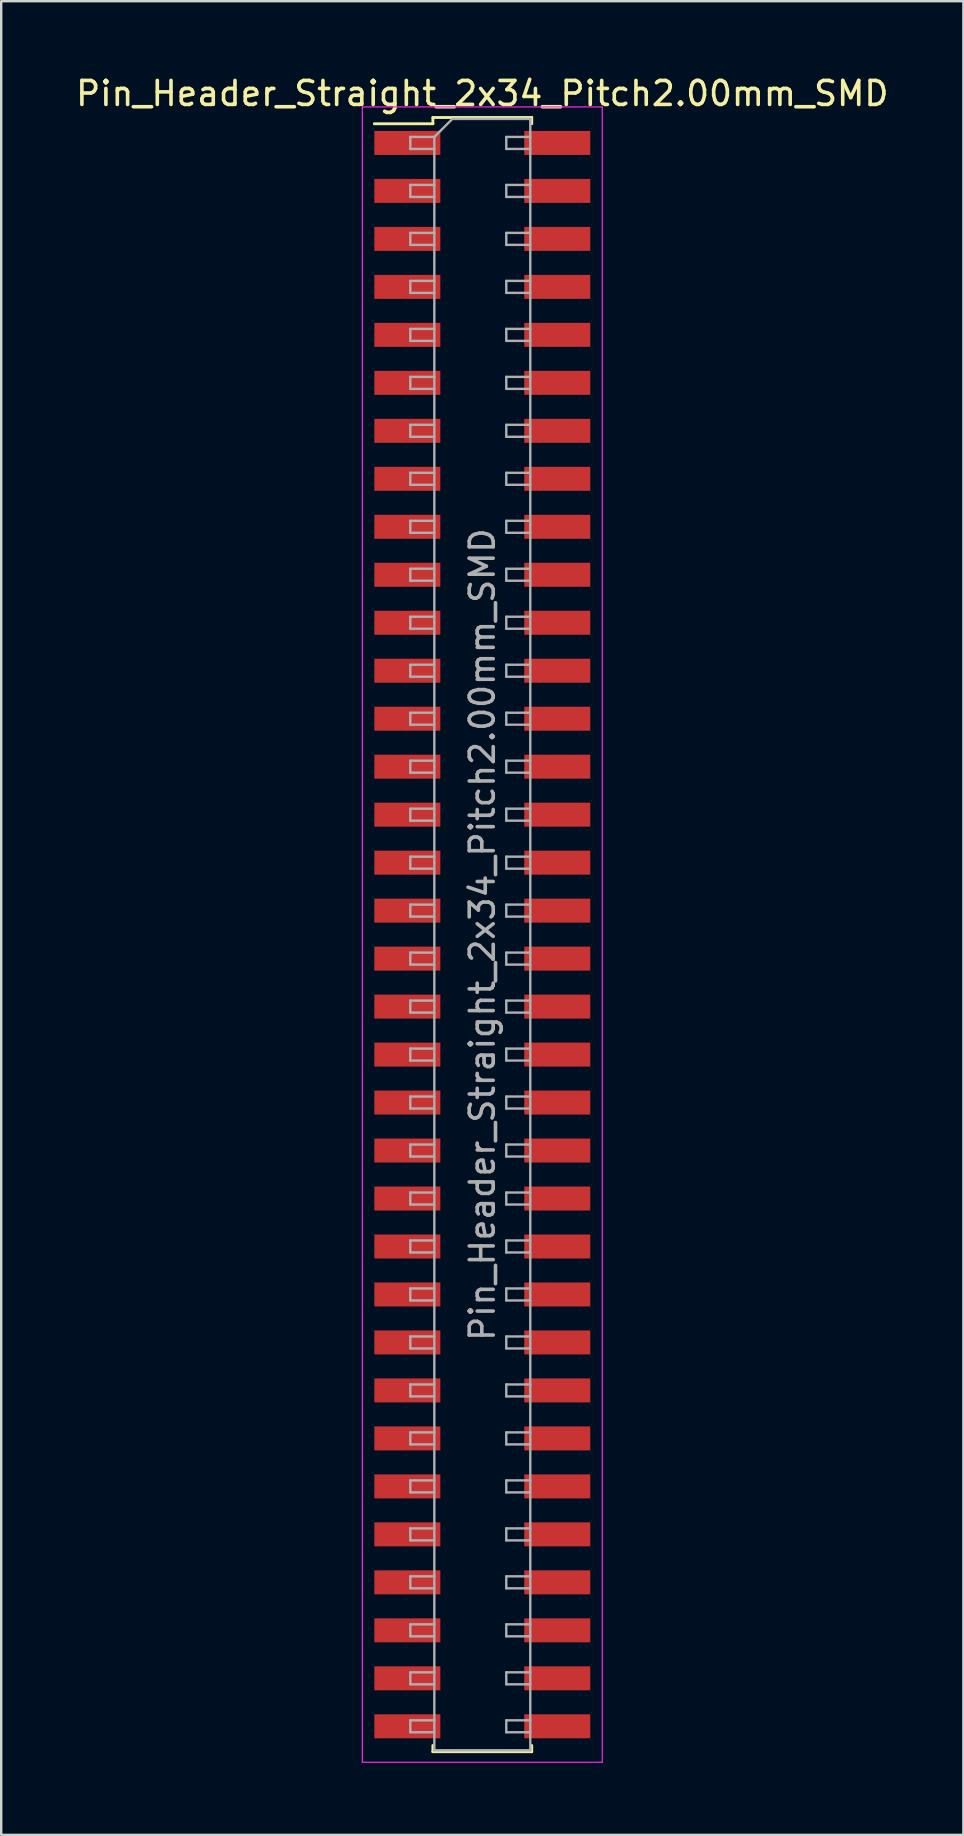
<source format=kicad_pcb>
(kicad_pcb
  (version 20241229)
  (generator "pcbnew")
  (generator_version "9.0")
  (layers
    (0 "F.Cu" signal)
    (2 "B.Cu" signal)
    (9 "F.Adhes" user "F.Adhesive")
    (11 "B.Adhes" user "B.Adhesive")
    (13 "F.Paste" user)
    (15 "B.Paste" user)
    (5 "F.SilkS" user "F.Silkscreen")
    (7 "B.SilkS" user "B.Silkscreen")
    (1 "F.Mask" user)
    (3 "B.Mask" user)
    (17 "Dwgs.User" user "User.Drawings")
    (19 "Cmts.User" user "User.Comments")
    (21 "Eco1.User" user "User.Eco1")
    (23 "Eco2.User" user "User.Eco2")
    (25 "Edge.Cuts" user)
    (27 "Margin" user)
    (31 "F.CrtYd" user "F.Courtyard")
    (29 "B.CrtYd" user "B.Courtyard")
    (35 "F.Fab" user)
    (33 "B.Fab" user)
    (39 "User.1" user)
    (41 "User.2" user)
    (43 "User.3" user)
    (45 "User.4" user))
  (footprint "Pin_Header_Straight_2x34_Pitch2.00mm_SMD"
    (layer "F.Cu")
    (at 17.054 35.908)
    (property "Reference" "Pin_Header_Straight_2x34_Pitch2.00mm_SMD" (at 0 -35.06 0) (layer "F.SilkS") (effects (font (size 1 1) (thickness 0.15))))
    (attr smd)
    (fp_line (start -4.5 -33.8) (end -2.06 -33.8) (stroke (width 0.12) (type solid)) (layer "F.SilkS"))
    (fp_line (start -2.06 -34.06) (end 2.06 -34.06) (stroke (width 0.12) (type solid)) (layer "F.SilkS"))
    (fp_line (start -2.06 -33.8) (end -2.06 -34.06) (stroke (width 0.12) (type solid)) (layer "F.SilkS"))
    (fp_line (start -2.06 33.8) (end -2.06 34.06) (stroke (width 0.12) (type solid)) (layer "F.SilkS"))
    (fp_line (start -2.06 34.06) (end 2.06 34.06) (stroke (width 0.12) (type solid)) (layer "F.SilkS"))
    (fp_line (start 2.06 -34.06) (end 2.06 -33.8) (stroke (width 0.12) (type solid)) (layer "F.SilkS"))
    (fp_line (start 2.06 34.06) (end 2.06 33.8) (stroke (width 0.12) (type solid)) (layer "F.SilkS"))
    (fp_line (start -5 -34.5) (end -5 34.5) (stroke (width 0.05) (type solid)) (layer "F.CrtYd"))
    (fp_line (start -5 34.5) (end 5 34.5) (stroke (width 0.05) (type solid)) (layer "F.CrtYd"))
    (fp_line (start 5 -34.5) (end -5 -34.5) (stroke (width 0.05) (type solid)) (layer "F.CrtYd"))
    (fp_line (start 5 34.5) (end 5 -34.5) (stroke (width 0.05) (type solid)) (layer "F.CrtYd"))
    (fp_line (start -3 -33.25) (end -3 -32.75) (stroke (width 0.1) (type solid)) (layer "F.Fab"))
    (fp_line (start -3 -32.75) (end -2 -32.75) (stroke (width 0.1) (type solid)) (layer "F.Fab"))
    (fp_line (start -3 -31.25) (end -3 -30.75) (stroke (width 0.1) (type solid)) (layer "F.Fab"))
    (fp_line (start -3 -30.75) (end -2 -30.75) (stroke (width 0.1) (type solid)) (layer "F.Fab"))
    (fp_line (start -3 -29.25) (end -3 -28.75) (stroke (width 0.1) (type solid)) (layer "F.Fab"))
    (fp_line (start -3 -28.75) (end -2 -28.75) (stroke (width 0.1) (type solid)) (layer "F.Fab"))
    (fp_line (start -3 -27.25) (end -3 -26.75) (stroke (width 0.1) (type solid)) (layer "F.Fab"))
    (fp_line (start -3 -26.75) (end -2 -26.75) (stroke (width 0.1) (type solid)) (layer "F.Fab"))
    (fp_line (start -3 -25.25) (end -3 -24.75) (stroke (width 0.1) (type solid)) (layer "F.Fab"))
    (fp_line (start -3 -24.75) (end -2 -24.75) (stroke (width 0.1) (type solid)) (layer "F.Fab"))
    (fp_line (start -3 -23.25) (end -3 -22.75) (stroke (width 0.1) (type solid)) (layer "F.Fab"))
    (fp_line (start -3 -22.75) (end -2 -22.75) (stroke (width 0.1) (type solid)) (layer "F.Fab"))
    (fp_line (start -3 -21.25) (end -3 -20.75) (stroke (width 0.1) (type solid)) (layer "F.Fab"))
    (fp_line (start -3 -20.75) (end -2 -20.75) (stroke (width 0.1) (type solid)) (layer "F.Fab"))
    (fp_line (start -3 -19.25) (end -3 -18.75) (stroke (width 0.1) (type solid)) (layer "F.Fab"))
    (fp_line (start -3 -18.75) (end -2 -18.75) (stroke (width 0.1) (type solid)) (layer "F.Fab"))
    (fp_line (start -3 -17.25) (end -3 -16.75) (stroke (width 0.1) (type solid)) (layer "F.Fab"))
    (fp_line (start -3 -16.75) (end -2 -16.75) (stroke (width 0.1) (type solid)) (layer "F.Fab"))
    (fp_line (start -3 -15.25) (end -3 -14.75) (stroke (width 0.1) (type solid)) (layer "F.Fab"))
    (fp_line (start -3 -14.75) (end -2 -14.75) (stroke (width 0.1) (type solid)) (layer "F.Fab"))
    (fp_line (start -3 -13.25) (end -3 -12.75) (stroke (width 0.1) (type solid)) (layer "F.Fab"))
    (fp_line (start -3 -12.75) (end -2 -12.75) (stroke (width 0.1) (type solid)) (layer "F.Fab"))
    (fp_line (start -3 -11.25) (end -3 -10.75) (stroke (width 0.1) (type solid)) (layer "F.Fab"))
    (fp_line (start -3 -10.75) (end -2 -10.75) (stroke (width 0.1) (type solid)) (layer "F.Fab"))
    (fp_line (start -3 -9.25) (end -3 -8.75) (stroke (width 0.1) (type solid)) (layer "F.Fab"))
    (fp_line (start -3 -8.75) (end -2 -8.75) (stroke (width 0.1) (type solid)) (layer "F.Fab"))
    (fp_line (start -3 -7.25) (end -3 -6.75) (stroke (width 0.1) (type solid)) (layer "F.Fab"))
    (fp_line (start -3 -6.75) (end -2 -6.75) (stroke (width 0.1) (type solid)) (layer "F.Fab"))
    (fp_line (start -3 -5.25) (end -3 -4.75) (stroke (width 0.1) (type solid)) (layer "F.Fab"))
    (fp_line (start -3 -4.75) (end -2 -4.75) (stroke (width 0.1) (type solid)) (layer "F.Fab"))
    (fp_line (start -3 -3.25) (end -3 -2.75) (stroke (width 0.1) (type solid)) (layer "F.Fab"))
    (fp_line (start -3 -2.75) (end -2 -2.75) (stroke (width 0.1) (type solid)) (layer "F.Fab"))
    (fp_line (start -3 -1.25) (end -3 -0.75) (stroke (width 0.1) (type solid)) (layer "F.Fab"))
    (fp_line (start -3 -0.75) (end -2 -0.75) (stroke (width 0.1) (type solid)) (layer "F.Fab"))
    (fp_line (start -3 0.75) (end -3 1.25) (stroke (width 0.1) (type solid)) (layer "F.Fab"))
    (fp_line (start -3 1.25) (end -2 1.25) (stroke (width 0.1) (type solid)) (layer "F.Fab"))
    (fp_line (start -3 2.75) (end -3 3.25) (stroke (width 0.1) (type solid)) (layer "F.Fab"))
    (fp_line (start -3 3.25) (end -2 3.25) (stroke (width 0.1) (type solid)) (layer "F.Fab"))
    (fp_line (start -3 4.75) (end -3 5.25) (stroke (width 0.1) (type solid)) (layer "F.Fab"))
    (fp_line (start -3 5.25) (end -2 5.25) (stroke (width 0.1) (type solid)) (layer "F.Fab"))
    (fp_line (start -3 6.75) (end -3 7.25) (stroke (width 0.1) (type solid)) (layer "F.Fab"))
    (fp_line (start -3 7.25) (end -2 7.25) (stroke (width 0.1) (type solid)) (layer "F.Fab"))
    (fp_line (start -3 8.75) (end -3 9.25) (stroke (width 0.1) (type solid)) (layer "F.Fab"))
    (fp_line (start -3 9.25) (end -2 9.25) (stroke (width 0.1) (type solid)) (layer "F.Fab"))
    (fp_line (start -3 10.75) (end -3 11.25) (stroke (width 0.1) (type solid)) (layer "F.Fab"))
    (fp_line (start -3 11.25) (end -2 11.25) (stroke (width 0.1) (type solid)) (layer "F.Fab"))
    (fp_line (start -3 12.75) (end -3 13.25) (stroke (width 0.1) (type solid)) (layer "F.Fab"))
    (fp_line (start -3 13.25) (end -2 13.25) (stroke (width 0.1) (type solid)) (layer "F.Fab"))
    (fp_line (start -3 14.75) (end -3 15.25) (stroke (width 0.1) (type solid)) (layer "F.Fab"))
    (fp_line (start -3 15.25) (end -2 15.25) (stroke (width 0.1) (type solid)) (layer "F.Fab"))
    (fp_line (start -3 16.75) (end -3 17.25) (stroke (width 0.1) (type solid)) (layer "F.Fab"))
    (fp_line (start -3 17.25) (end -2 17.25) (stroke (width 0.1) (type solid)) (layer "F.Fab"))
    (fp_line (start -3 18.75) (end -3 19.25) (stroke (width 0.1) (type solid)) (layer "F.Fab"))
    (fp_line (start -3 19.25) (end -2 19.25) (stroke (width 0.1) (type solid)) (layer "F.Fab"))
    (fp_line (start -3 20.75) (end -3 21.25) (stroke (width 0.1) (type solid)) (layer "F.Fab"))
    (fp_line (start -3 21.25) (end -2 21.25) (stroke (width 0.1) (type solid)) (layer "F.Fab"))
    (fp_line (start -3 22.75) (end -3 23.25) (stroke (width 0.1) (type solid)) (layer "F.Fab"))
    (fp_line (start -3 23.25) (end -2 23.25) (stroke (width 0.1) (type solid)) (layer "F.Fab"))
    (fp_line (start -3 24.75) (end -3 25.25) (stroke (width 0.1) (type solid)) (layer "F.Fab"))
    (fp_line (start -3 25.25) (end -2 25.25) (stroke (width 0.1) (type solid)) (layer "F.Fab"))
    (fp_line (start -3 26.75) (end -3 27.25) (stroke (width 0.1) (type solid)) (layer "F.Fab"))
    (fp_line (start -3 27.25) (end -2 27.25) (stroke (width 0.1) (type solid)) (layer "F.Fab"))
    (fp_line (start -3 28.75) (end -3 29.25) (stroke (width 0.1) (type solid)) (layer "F.Fab"))
    (fp_line (start -3 29.25) (end -2 29.25) (stroke (width 0.1) (type solid)) (layer "F.Fab"))
    (fp_line (start -3 30.75) (end -3 31.25) (stroke (width 0.1) (type solid)) (layer "F.Fab"))
    (fp_line (start -3 31.25) (end -2 31.25) (stroke (width 0.1) (type solid)) (layer "F.Fab"))
    (fp_line (start -3 32.75) (end -3 33.25) (stroke (width 0.1) (type solid)) (layer "F.Fab"))
    (fp_line (start -3 33.25) (end -2 33.25) (stroke (width 0.1) (type solid)) (layer "F.Fab"))
    (fp_line (start -2 -33.25) (end -3 -33.25) (stroke (width 0.1) (type solid)) (layer "F.Fab"))
    (fp_line (start -2 -33.25) (end -1.25 -34) (stroke (width 0.1) (type solid)) (layer "F.Fab"))
    (fp_line (start -2 -31.25) (end -3 -31.25) (stroke (width 0.1) (type solid)) (layer "F.Fab"))
    (fp_line (start -2 -29.25) (end -3 -29.25) (stroke (width 0.1) (type solid)) (layer "F.Fab"))
    (fp_line (start -2 -27.25) (end -3 -27.25) (stroke (width 0.1) (type solid)) (layer "F.Fab"))
    (fp_line (start -2 -25.25) (end -3 -25.25) (stroke (width 0.1) (type solid)) (layer "F.Fab"))
    (fp_line (start -2 -23.25) (end -3 -23.25) (stroke (width 0.1) (type solid)) (layer "F.Fab"))
    (fp_line (start -2 -21.25) (end -3 -21.25) (stroke (width 0.1) (type solid)) (layer "F.Fab"))
    (fp_line (start -2 -19.25) (end -3 -19.25) (stroke (width 0.1) (type solid)) (layer "F.Fab"))
    (fp_line (start -2 -17.25) (end -3 -17.25) (stroke (width 0.1) (type solid)) (layer "F.Fab"))
    (fp_line (start -2 -15.25) (end -3 -15.25) (stroke (width 0.1) (type solid)) (layer "F.Fab"))
    (fp_line (start -2 -13.25) (end -3 -13.25) (stroke (width 0.1) (type solid)) (layer "F.Fab"))
    (fp_line (start -2 -11.25) (end -3 -11.25) (stroke (width 0.1) (type solid)) (layer "F.Fab"))
    (fp_line (start -2 -9.25) (end -3 -9.25) (stroke (width 0.1) (type solid)) (layer "F.Fab"))
    (fp_line (start -2 -7.25) (end -3 -7.25) (stroke (width 0.1) (type solid)) (layer "F.Fab"))
    (fp_line (start -2 -5.25) (end -3 -5.25) (stroke (width 0.1) (type solid)) (layer "F.Fab"))
    (fp_line (start -2 -3.25) (end -3 -3.25) (stroke (width 0.1) (type solid)) (layer "F.Fab"))
    (fp_line (start -2 -1.25) (end -3 -1.25) (stroke (width 0.1) (type solid)) (layer "F.Fab"))
    (fp_line (start -2 0.75) (end -3 0.75) (stroke (width 0.1) (type solid)) (layer "F.Fab"))
    (fp_line (start -2 2.75) (end -3 2.75) (stroke (width 0.1) (type solid)) (layer "F.Fab"))
    (fp_line (start -2 4.75) (end -3 4.75) (stroke (width 0.1) (type solid)) (layer "F.Fab"))
    (fp_line (start -2 6.75) (end -3 6.75) (stroke (width 0.1) (type solid)) (layer "F.Fab"))
    (fp_line (start -2 8.75) (end -3 8.75) (stroke (width 0.1) (type solid)) (layer "F.Fab"))
    (fp_line (start -2 10.75) (end -3 10.75) (stroke (width 0.1) (type solid)) (layer "F.Fab"))
    (fp_line (start -2 12.75) (end -3 12.75) (stroke (width 0.1) (type solid)) (layer "F.Fab"))
    (fp_line (start -2 14.75) (end -3 14.75) (stroke (width 0.1) (type solid)) (layer "F.Fab"))
    (fp_line (start -2 16.75) (end -3 16.75) (stroke (width 0.1) (type solid)) (layer "F.Fab"))
    (fp_line (start -2 18.75) (end -3 18.75) (stroke (width 0.1) (type solid)) (layer "F.Fab"))
    (fp_line (start -2 20.75) (end -3 20.75) (stroke (width 0.1) (type solid)) (layer "F.Fab"))
    (fp_line (start -2 22.75) (end -3 22.75) (stroke (width 0.1) (type solid)) (layer "F.Fab"))
    (fp_line (start -2 24.75) (end -3 24.75) (stroke (width 0.1) (type solid)) (layer "F.Fab"))
    (fp_line (start -2 26.75) (end -3 26.75) (stroke (width 0.1) (type solid)) (layer "F.Fab"))
    (fp_line (start -2 28.75) (end -3 28.75) (stroke (width 0.1) (type solid)) (layer "F.Fab"))
    (fp_line (start -2 30.75) (end -3 30.75) (stroke (width 0.1) (type solid)) (layer "F.Fab"))
    (fp_line (start -2 32.75) (end -3 32.75) (stroke (width 0.1) (type solid)) (layer "F.Fab"))
    (fp_line (start -2 34) (end -2 -33.25) (stroke (width 0.1) (type solid)) (layer "F.Fab"))
    (fp_line (start -1.25 -34) (end 2 -34) (stroke (width 0.1) (type solid)) (layer "F.Fab"))
    (fp_line (start 1 -33.25) (end 1 -32.75) (stroke (width 0.1) (type solid)) (layer "F.Fab"))
    (fp_line (start 1 -32.75) (end 2 -32.75) (stroke (width 0.1) (type solid)) (layer "F.Fab"))
    (fp_line (start 1 -31.25) (end 1 -30.75) (stroke (width 0.1) (type solid)) (layer "F.Fab"))
    (fp_line (start 1 -30.75) (end 2 -30.75) (stroke (width 0.1) (type solid)) (layer "F.Fab"))
    (fp_line (start 1 -29.25) (end 1 -28.75) (stroke (width 0.1) (type solid)) (layer "F.Fab"))
    (fp_line (start 1 -28.75) (end 2 -28.75) (stroke (width 0.1) (type solid)) (layer "F.Fab"))
    (fp_line (start 1 -27.25) (end 1 -26.75) (stroke (width 0.1) (type solid)) (layer "F.Fab"))
    (fp_line (start 1 -26.75) (end 2 -26.75) (stroke (width 0.1) (type solid)) (layer "F.Fab"))
    (fp_line (start 1 -25.25) (end 1 -24.75) (stroke (width 0.1) (type solid)) (layer "F.Fab"))
    (fp_line (start 1 -24.75) (end 2 -24.75) (stroke (width 0.1) (type solid)) (layer "F.Fab"))
    (fp_line (start 1 -23.25) (end 1 -22.75) (stroke (width 0.1) (type solid)) (layer "F.Fab"))
    (fp_line (start 1 -22.75) (end 2 -22.75) (stroke (width 0.1) (type solid)) (layer "F.Fab"))
    (fp_line (start 1 -21.25) (end 1 -20.75) (stroke (width 0.1) (type solid)) (layer "F.Fab"))
    (fp_line (start 1 -20.75) (end 2 -20.75) (stroke (width 0.1) (type solid)) (layer "F.Fab"))
    (fp_line (start 1 -19.25) (end 1 -18.75) (stroke (width 0.1) (type solid)) (layer "F.Fab"))
    (fp_line (start 1 -18.75) (end 2 -18.75) (stroke (width 0.1) (type solid)) (layer "F.Fab"))
    (fp_line (start 1 -17.25) (end 1 -16.75) (stroke (width 0.1) (type solid)) (layer "F.Fab"))
    (fp_line (start 1 -16.75) (end 2 -16.75) (stroke (width 0.1) (type solid)) (layer "F.Fab"))
    (fp_line (start 1 -15.25) (end 1 -14.75) (stroke (width 0.1) (type solid)) (layer "F.Fab"))
    (fp_line (start 1 -14.75) (end 2 -14.75) (stroke (width 0.1) (type solid)) (layer "F.Fab"))
    (fp_line (start 1 -13.25) (end 1 -12.75) (stroke (width 0.1) (type solid)) (layer "F.Fab"))
    (fp_line (start 1 -12.75) (end 2 -12.75) (stroke (width 0.1) (type solid)) (layer "F.Fab"))
    (fp_line (start 1 -11.25) (end 1 -10.75) (stroke (width 0.1) (type solid)) (layer "F.Fab"))
    (fp_line (start 1 -10.75) (end 2 -10.75) (stroke (width 0.1) (type solid)) (layer "F.Fab"))
    (fp_line (start 1 -9.25) (end 1 -8.75) (stroke (width 0.1) (type solid)) (layer "F.Fab"))
    (fp_line (start 1 -8.75) (end 2 -8.75) (stroke (width 0.1) (type solid)) (layer "F.Fab"))
    (fp_line (start 1 -7.25) (end 1 -6.75) (stroke (width 0.1) (type solid)) (layer "F.Fab"))
    (fp_line (start 1 -6.75) (end 2 -6.75) (stroke (width 0.1) (type solid)) (layer "F.Fab"))
    (fp_line (start 1 -5.25) (end 1 -4.75) (stroke (width 0.1) (type solid)) (layer "F.Fab"))
    (fp_line (start 1 -4.75) (end 2 -4.75) (stroke (width 0.1) (type solid)) (layer "F.Fab"))
    (fp_line (start 1 -3.25) (end 1 -2.75) (stroke (width 0.1) (type solid)) (layer "F.Fab"))
    (fp_line (start 1 -2.75) (end 2 -2.75) (stroke (width 0.1) (type solid)) (layer "F.Fab"))
    (fp_line (start 1 -1.25) (end 1 -0.75) (stroke (width 0.1) (type solid)) (layer "F.Fab"))
    (fp_line (start 1 -0.75) (end 2 -0.75) (stroke (width 0.1) (type solid)) (layer "F.Fab"))
    (fp_line (start 1 0.75) (end 1 1.25) (stroke (width 0.1) (type solid)) (layer "F.Fab"))
    (fp_line (start 1 1.25) (end 2 1.25) (stroke (width 0.1) (type solid)) (layer "F.Fab"))
    (fp_line (start 1 2.75) (end 1 3.25) (stroke (width 0.1) (type solid)) (layer "F.Fab"))
    (fp_line (start 1 3.25) (end 2 3.25) (stroke (width 0.1) (type solid)) (layer "F.Fab"))
    (fp_line (start 1 4.75) (end 1 5.25) (stroke (width 0.1) (type solid)) (layer "F.Fab"))
    (fp_line (start 1 5.25) (end 2 5.25) (stroke (width 0.1) (type solid)) (layer "F.Fab"))
    (fp_line (start 1 6.75) (end 1 7.25) (stroke (width 0.1) (type solid)) (layer "F.Fab"))
    (fp_line (start 1 7.25) (end 2 7.25) (stroke (width 0.1) (type solid)) (layer "F.Fab"))
    (fp_line (start 1 8.75) (end 1 9.25) (stroke (width 0.1) (type solid)) (layer "F.Fab"))
    (fp_line (start 1 9.25) (end 2 9.25) (stroke (width 0.1) (type solid)) (layer "F.Fab"))
    (fp_line (start 1 10.75) (end 1 11.25) (stroke (width 0.1) (type solid)) (layer "F.Fab"))
    (fp_line (start 1 11.25) (end 2 11.25) (stroke (width 0.1) (type solid)) (layer "F.Fab"))
    (fp_line (start 1 12.75) (end 1 13.25) (stroke (width 0.1) (type solid)) (layer "F.Fab"))
    (fp_line (start 1 13.25) (end 2 13.25) (stroke (width 0.1) (type solid)) (layer "F.Fab"))
    (fp_line (start 1 14.75) (end 1 15.25) (stroke (width 0.1) (type solid)) (layer "F.Fab"))
    (fp_line (start 1 15.25) (end 2 15.25) (stroke (width 0.1) (type solid)) (layer "F.Fab"))
    (fp_line (start 1 16.75) (end 1 17.25) (stroke (width 0.1) (type solid)) (layer "F.Fab"))
    (fp_line (start 1 17.25) (end 2 17.25) (stroke (width 0.1) (type solid)) (layer "F.Fab"))
    (fp_line (start 1 18.75) (end 1 19.25) (stroke (width 0.1) (type solid)) (layer "F.Fab"))
    (fp_line (start 1 19.25) (end 2 19.25) (stroke (width 0.1) (type solid)) (layer "F.Fab"))
    (fp_line (start 1 20.75) (end 1 21.25) (stroke (width 0.1) (type solid)) (layer "F.Fab"))
    (fp_line (start 1 21.25) (end 2 21.25) (stroke (width 0.1) (type solid)) (layer "F.Fab"))
    (fp_line (start 1 22.75) (end 1 23.25) (stroke (width 0.1) (type solid)) (layer "F.Fab"))
    (fp_line (start 1 23.25) (end 2 23.25) (stroke (width 0.1) (type solid)) (layer "F.Fab"))
    (fp_line (start 1 24.75) (end 1 25.25) (stroke (width 0.1) (type solid)) (layer "F.Fab"))
    (fp_line (start 1 25.25) (end 2 25.25) (stroke (width 0.1) (type solid)) (layer "F.Fab"))
    (fp_line (start 1 26.75) (end 1 27.25) (stroke (width 0.1) (type solid)) (layer "F.Fab"))
    (fp_line (start 1 27.25) (end 2 27.25) (stroke (width 0.1) (type solid)) (layer "F.Fab"))
    (fp_line (start 1 28.75) (end 1 29.25) (stroke (width 0.1) (type solid)) (layer "F.Fab"))
    (fp_line (start 1 29.25) (end 2 29.25) (stroke (width 0.1) (type solid)) (layer "F.Fab"))
    (fp_line (start 1 30.75) (end 1 31.25) (stroke (width 0.1) (type solid)) (layer "F.Fab"))
    (fp_line (start 1 31.25) (end 2 31.25) (stroke (width 0.1) (type solid)) (layer "F.Fab"))
    (fp_line (start 1 32.75) (end 1 33.25) (stroke (width 0.1) (type solid)) (layer "F.Fab"))
    (fp_line (start 1 33.25) (end 2 33.25) (stroke (width 0.1) (type solid)) (layer "F.Fab"))
    (fp_line (start 2 -34) (end 2 34) (stroke (width 0.1) (type solid)) (layer "F.Fab"))
    (fp_line (start 2 -33.25) (end 1 -33.25) (stroke (width 0.1) (type solid)) (layer "F.Fab"))
    (fp_line (start 2 -31.25) (end 1 -31.25) (stroke (width 0.1) (type solid)) (layer "F.Fab"))
    (fp_line (start 2 -29.25) (end 1 -29.25) (stroke (width 0.1) (type solid)) (layer "F.Fab"))
    (fp_line (start 2 -27.25) (end 1 -27.25) (stroke (width 0.1) (type solid)) (layer "F.Fab"))
    (fp_line (start 2 -25.25) (end 1 -25.25) (stroke (width 0.1) (type solid)) (layer "F.Fab"))
    (fp_line (start 2 -23.25) (end 1 -23.25) (stroke (width 0.1) (type solid)) (layer "F.Fab"))
    (fp_line (start 2 -21.25) (end 1 -21.25) (stroke (width 0.1) (type solid)) (layer "F.Fab"))
    (fp_line (start 2 -19.25) (end 1 -19.25) (stroke (width 0.1) (type solid)) (layer "F.Fab"))
    (fp_line (start 2 -17.25) (end 1 -17.25) (stroke (width 0.1) (type solid)) (layer "F.Fab"))
    (fp_line (start 2 -15.25) (end 1 -15.25) (stroke (width 0.1) (type solid)) (layer "F.Fab"))
    (fp_line (start 2 -13.25) (end 1 -13.25) (stroke (width 0.1) (type solid)) (layer "F.Fab"))
    (fp_line (start 2 -11.25) (end 1 -11.25) (stroke (width 0.1) (type solid)) (layer "F.Fab"))
    (fp_line (start 2 -9.25) (end 1 -9.25) (stroke (width 0.1) (type solid)) (layer "F.Fab"))
    (fp_line (start 2 -7.25) (end 1 -7.25) (stroke (width 0.1) (type solid)) (layer "F.Fab"))
    (fp_line (start 2 -5.25) (end 1 -5.25) (stroke (width 0.1) (type solid)) (layer "F.Fab"))
    (fp_line (start 2 -3.25) (end 1 -3.25) (stroke (width 0.1) (type solid)) (layer "F.Fab"))
    (fp_line (start 2 -1.25) (end 1 -1.25) (stroke (width 0.1) (type solid)) (layer "F.Fab"))
    (fp_line (start 2 0.75) (end 1 0.75) (stroke (width 0.1) (type solid)) (layer "F.Fab"))
    (fp_line (start 2 2.75) (end 1 2.75) (stroke (width 0.1) (type solid)) (layer "F.Fab"))
    (fp_line (start 2 4.75) (end 1 4.75) (stroke (width 0.1) (type solid)) (layer "F.Fab"))
    (fp_line (start 2 6.75) (end 1 6.75) (stroke (width 0.1) (type solid)) (layer "F.Fab"))
    (fp_line (start 2 8.75) (end 1 8.75) (stroke (width 0.1) (type solid)) (layer "F.Fab"))
    (fp_line (start 2 10.75) (end 1 10.75) (stroke (width 0.1) (type solid)) (layer "F.Fab"))
    (fp_line (start 2 12.75) (end 1 12.75) (stroke (width 0.1) (type solid)) (layer "F.Fab"))
    (fp_line (start 2 14.75) (end 1 14.75) (stroke (width 0.1) (type solid)) (layer "F.Fab"))
    (fp_line (start 2 16.75) (end 1 16.75) (stroke (width 0.1) (type solid)) (layer "F.Fab"))
    (fp_line (start 2 18.75) (end 1 18.75) (stroke (width 0.1) (type solid)) (layer "F.Fab"))
    (fp_line (start 2 20.75) (end 1 20.75) (stroke (width 0.1) (type solid)) (layer "F.Fab"))
    (fp_line (start 2 22.75) (end 1 22.75) (stroke (width 0.1) (type solid)) (layer "F.Fab"))
    (fp_line (start 2 24.75) (end 1 24.75) (stroke (width 0.1) (type solid)) (layer "F.Fab"))
    (fp_line (start 2 26.75) (end 1 26.75) (stroke (width 0.1) (type solid)) (layer "F.Fab"))
    (fp_line (start 2 28.75) (end 1 28.75) (stroke (width 0.1) (type solid)) (layer "F.Fab"))
    (fp_line (start 2 30.75) (end 1 30.75) (stroke (width 0.1) (type solid)) (layer "F.Fab"))
    (fp_line (start 2 32.75) (end 1 32.75) (stroke (width 0.1) (type solid)) (layer "F.Fab"))
    (fp_line (start 2 34) (end -2 34) (stroke (width 0.1) (type solid)) (layer "F.Fab"))
    (fp_text user "${REFERENCE}" (at 0 0 90) (layer "F.Fab") (effects (font (size 1 1) (thickness 0.15))))
    (pad "1" smd rect (at -3.125 -33) (size 2.75 1) (layers "F.Cu" "F.Mask" "F.Paste"))
    (pad "2" smd rect (at 3.125 -33) (size 2.75 1) (layers "F.Cu" "F.Mask" "F.Paste"))
    (pad "3" smd rect (at -3.125 -31) (size 2.75 1) (layers "F.Cu" "F.Mask" "F.Paste"))
    (pad "4" smd rect (at 3.125 -31) (size 2.75 1) (layers "F.Cu" "F.Mask" "F.Paste"))
    (pad "5" smd rect (at -3.125 -29) (size 2.75 1) (layers "F.Cu" "F.Mask" "F.Paste"))
    (pad "6" smd rect (at 3.125 -29) (size 2.75 1) (layers "F.Cu" "F.Mask" "F.Paste"))
    (pad "7" smd rect (at -3.125 -27) (size 2.75 1) (layers "F.Cu" "F.Mask" "F.Paste"))
    (pad "8" smd rect (at 3.125 -27) (size 2.75 1) (layers "F.Cu" "F.Mask" "F.Paste"))
    (pad "9" smd rect (at -3.125 -25) (size 2.75 1) (layers "F.Cu" "F.Mask" "F.Paste"))
    (pad "10" smd rect (at 3.125 -25) (size 2.75 1) (layers "F.Cu" "F.Mask" "F.Paste"))
    (pad "11" smd rect (at -3.125 -23) (size 2.75 1) (layers "F.Cu" "F.Mask" "F.Paste"))
    (pad "12" smd rect (at 3.125 -23) (size 2.75 1) (layers "F.Cu" "F.Mask" "F.Paste"))
    (pad "13" smd rect (at -3.125 -21) (size 2.75 1) (layers "F.Cu" "F.Mask" "F.Paste"))
    (pad "14" smd rect (at 3.125 -21) (size 2.75 1) (layers "F.Cu" "F.Mask" "F.Paste"))
    (pad "15" smd rect (at -3.125 -19) (size 2.75 1) (layers "F.Cu" "F.Mask" "F.Paste"))
    (pad "16" smd rect (at 3.125 -19) (size 2.75 1) (layers "F.Cu" "F.Mask" "F.Paste"))
    (pad "17" smd rect (at -3.125 -17) (size 2.75 1) (layers "F.Cu" "F.Mask" "F.Paste"))
    (pad "18" smd rect (at 3.125 -17) (size 2.75 1) (layers "F.Cu" "F.Mask" "F.Paste"))
    (pad "19" smd rect (at -3.125 -15) (size 2.75 1) (layers "F.Cu" "F.Mask" "F.Paste"))
    (pad "20" smd rect (at 3.125 -15) (size 2.75 1) (layers "F.Cu" "F.Mask" "F.Paste"))
    (pad "21" smd rect (at -3.125 -13) (size 2.75 1) (layers "F.Cu" "F.Mask" "F.Paste"))
    (pad "22" smd rect (at 3.125 -13) (size 2.75 1) (layers "F.Cu" "F.Mask" "F.Paste"))
    (pad "23" smd rect (at -3.125 -11) (size 2.75 1) (layers "F.Cu" "F.Mask" "F.Paste"))
    (pad "24" smd rect (at 3.125 -11) (size 2.75 1) (layers "F.Cu" "F.Mask" "F.Paste"))
    (pad "25" smd rect (at -3.125 -9) (size 2.75 1) (layers "F.Cu" "F.Mask" "F.Paste"))
    (pad "26" smd rect (at 3.125 -9) (size 2.75 1) (layers "F.Cu" "F.Mask" "F.Paste"))
    (pad "27" smd rect (at -3.125 -7) (size 2.75 1) (layers "F.Cu" "F.Mask" "F.Paste"))
    (pad "28" smd rect (at 3.125 -7) (size 2.75 1) (layers "F.Cu" "F.Mask" "F.Paste"))
    (pad "29" smd rect (at -3.125 -5) (size 2.75 1) (layers "F.Cu" "F.Mask" "F.Paste"))
    (pad "30" smd rect (at 3.125 -5) (size 2.75 1) (layers "F.Cu" "F.Mask" "F.Paste"))
    (pad "31" smd rect (at -3.125 -3) (size 2.75 1) (layers "F.Cu" "F.Mask" "F.Paste"))
    (pad "32" smd rect (at 3.125 -3) (size 2.75 1) (layers "F.Cu" "F.Mask" "F.Paste"))
    (pad "33" smd rect (at -3.125 -1) (size 2.75 1) (layers "F.Cu" "F.Mask" "F.Paste"))
    (pad "34" smd rect (at 3.125 -1) (size 2.75 1) (layers "F.Cu" "F.Mask" "F.Paste"))
    (pad "35" smd rect (at -3.125 1) (size 2.75 1) (layers "F.Cu" "F.Mask" "F.Paste"))
    (pad "36" smd rect (at 3.125 1) (size 2.75 1) (layers "F.Cu" "F.Mask" "F.Paste"))
    (pad "37" smd rect (at -3.125 3) (size 2.75 1) (layers "F.Cu" "F.Mask" "F.Paste"))
    (pad "38" smd rect (at 3.125 3) (size 2.75 1) (layers "F.Cu" "F.Mask" "F.Paste"))
    (pad "39" smd rect (at -3.125 5) (size 2.75 1) (layers "F.Cu" "F.Mask" "F.Paste"))
    (pad "40" smd rect (at 3.125 5) (size 2.75 1) (layers "F.Cu" "F.Mask" "F.Paste"))
    (pad "41" smd rect (at -3.125 7) (size 2.75 1) (layers "F.Cu" "F.Mask" "F.Paste"))
    (pad "42" smd rect (at 3.125 7) (size 2.75 1) (layers "F.Cu" "F.Mask" "F.Paste"))
    (pad "43" smd rect (at -3.125 9) (size 2.75 1) (layers "F.Cu" "F.Mask" "F.Paste"))
    (pad "44" smd rect (at 3.125 9) (size 2.75 1) (layers "F.Cu" "F.Mask" "F.Paste"))
    (pad "45" smd rect (at -3.125 11) (size 2.75 1) (layers "F.Cu" "F.Mask" "F.Paste"))
    (pad "46" smd rect (at 3.125 11) (size 2.75 1) (layers "F.Cu" "F.Mask" "F.Paste"))
    (pad "47" smd rect (at -3.125 13) (size 2.75 1) (layers "F.Cu" "F.Mask" "F.Paste"))
    (pad "48" smd rect (at 3.125 13) (size 2.75 1) (layers "F.Cu" "F.Mask" "F.Paste"))
    (pad "49" smd rect (at -3.125 15) (size 2.75 1) (layers "F.Cu" "F.Mask" "F.Paste"))
    (pad "50" smd rect (at 3.125 15) (size 2.75 1) (layers "F.Cu" "F.Mask" "F.Paste"))
    (pad "51" smd rect (at -3.125 17) (size 2.75 1) (layers "F.Cu" "F.Mask" "F.Paste"))
    (pad "52" smd rect (at 3.125 17) (size 2.75 1) (layers "F.Cu" "F.Mask" "F.Paste"))
    (pad "53" smd rect (at -3.125 19) (size 2.75 1) (layers "F.Cu" "F.Mask" "F.Paste"))
    (pad "54" smd rect (at 3.125 19) (size 2.75 1) (layers "F.Cu" "F.Mask" "F.Paste"))
    (pad "55" smd rect (at -3.125 21) (size 2.75 1) (layers "F.Cu" "F.Mask" "F.Paste"))
    (pad "56" smd rect (at 3.125 21) (size 2.75 1) (layers "F.Cu" "F.Mask" "F.Paste"))
    (pad "57" smd rect (at -3.125 23) (size 2.75 1) (layers "F.Cu" "F.Mask" "F.Paste"))
    (pad "58" smd rect (at 3.125 23) (size 2.75 1) (layers "F.Cu" "F.Mask" "F.Paste"))
    (pad "59" smd rect (at -3.125 25) (size 2.75 1) (layers "F.Cu" "F.Mask" "F.Paste"))
    (pad "60" smd rect (at 3.125 25) (size 2.75 1) (layers "F.Cu" "F.Mask" "F.Paste"))
    (pad "61" smd rect (at -3.125 27) (size 2.75 1) (layers "F.Cu" "F.Mask" "F.Paste"))
    (pad "62" smd rect (at 3.125 27) (size 2.75 1) (layers "F.Cu" "F.Mask" "F.Paste"))
    (pad "63" smd rect (at -3.125 29) (size 2.75 1) (layers "F.Cu" "F.Mask" "F.Paste"))
    (pad "64" smd rect (at 3.125 29) (size 2.75 1) (layers "F.Cu" "F.Mask" "F.Paste"))
    (pad "65" smd rect (at -3.125 31) (size 2.75 1) (layers "F.Cu" "F.Mask" "F.Paste"))
    (pad "66" smd rect (at 3.125 31) (size 2.75 1) (layers "F.Cu" "F.Mask" "F.Paste"))
    (pad "67" smd rect (at -3.125 33) (size 2.75 1) (layers "F.Cu" "F.Mask" "F.Paste"))
    (pad "68" smd rect (at 3.125 33) (size 2.75 1) (layers "F.Cu" "F.Mask" "F.Paste")))
  (gr_rect
    (start -3 -3)
    (end 37.107 73.433)
    (stroke (width 0.1) (type default))
    (fill no)
    (layer "Edge.Cuts")))
</source>
